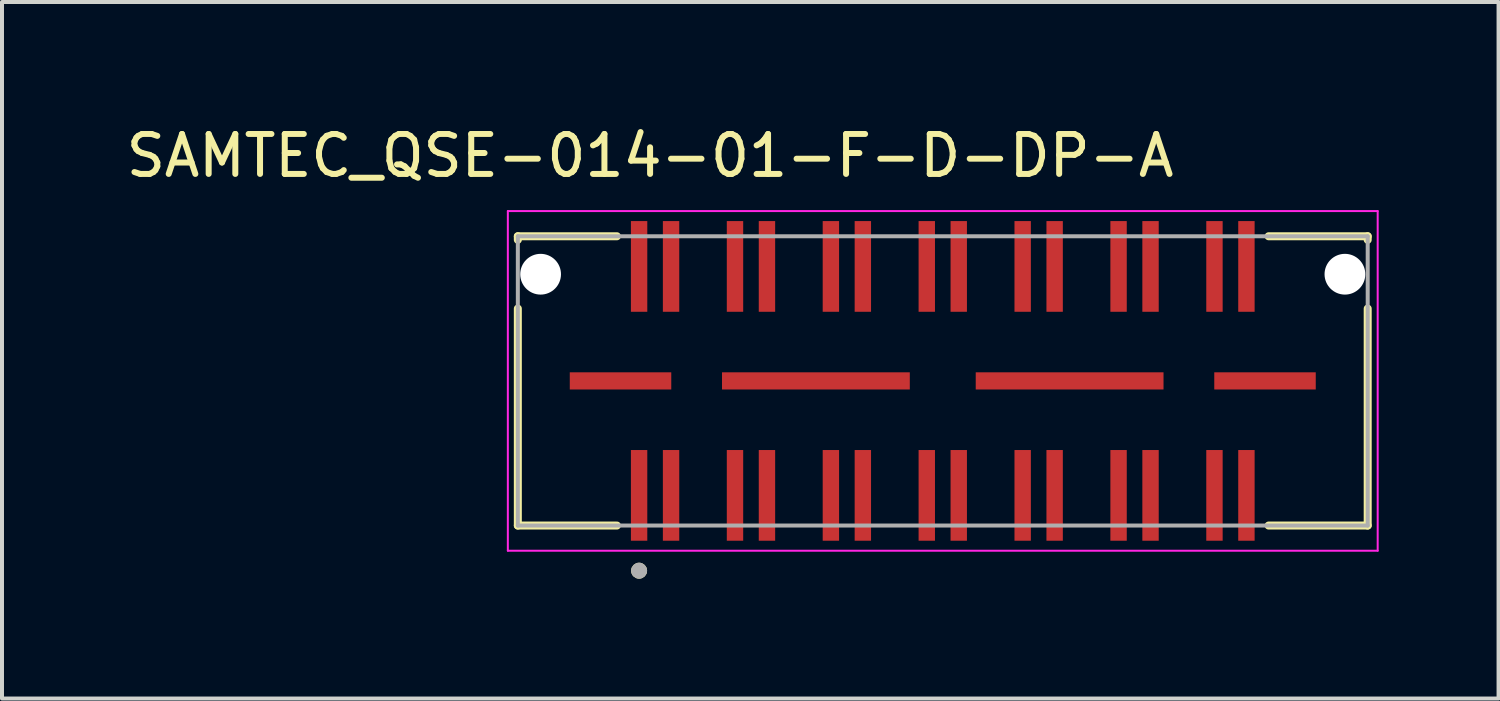
<source format=kicad_pcb>
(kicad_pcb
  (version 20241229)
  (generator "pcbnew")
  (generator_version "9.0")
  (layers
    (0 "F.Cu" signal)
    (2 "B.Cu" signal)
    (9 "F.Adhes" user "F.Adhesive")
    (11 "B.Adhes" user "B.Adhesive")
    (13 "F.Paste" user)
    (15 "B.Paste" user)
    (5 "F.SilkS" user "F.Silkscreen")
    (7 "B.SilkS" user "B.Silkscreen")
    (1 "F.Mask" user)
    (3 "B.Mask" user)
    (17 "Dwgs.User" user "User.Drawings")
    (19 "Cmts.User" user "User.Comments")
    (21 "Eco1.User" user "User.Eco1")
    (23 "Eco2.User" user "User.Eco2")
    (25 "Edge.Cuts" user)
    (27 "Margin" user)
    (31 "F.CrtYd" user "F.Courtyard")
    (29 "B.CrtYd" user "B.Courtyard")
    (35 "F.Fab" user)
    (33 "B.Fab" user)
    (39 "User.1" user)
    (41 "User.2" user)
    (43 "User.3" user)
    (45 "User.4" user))
  (footprint "SAMTEC_QSE-014-01-F-D-DP-A"
    (layer "F.Cu")
    (at 20.545 6.483)
    (property "Reference" "SAMTEC_QSE-014-01-F-D-DP-A" (at -7.325 -5.635 0) (layer "F.SilkS") (effects (font (size 1 1) (thickness 0.15))))
    (attr smd)
    (fp_line (start -10.635 -3.62) (end -8.155 -3.62) (stroke (width 0.2) (type solid)) (layer "F.SilkS"))
    (fp_line (start -10.635 -3.53) (end -10.635 -3.62) (stroke (width 0.2) (type solid)) (layer "F.SilkS"))
    (fp_line (start -10.635 3.62) (end -10.635 -1.81) (stroke (width 0.2) (type solid)) (layer "F.SilkS"))
    (fp_line (start -8.155 3.62) (end -10.635 3.62) (stroke (width 0.2) (type solid)) (layer "F.SilkS"))
    (fp_line (start 8.155 -3.62) (end 10.635 -3.62) (stroke (width 0.2) (type solid)) (layer "F.SilkS"))
    (fp_line (start 10.635 -3.62) (end 10.635 -3.53) (stroke (width 0.2) (type solid)) (layer "F.SilkS"))
    (fp_line (start 10.635 3.62) (end 8.155 3.62) (stroke (width 0.2) (type solid)) (layer "F.SilkS"))
    (fp_line (start 10.635 3.62) (end 10.635 -1.81) (stroke (width 0.2) (type solid)) (layer "F.SilkS"))
    (fp_circle (center -7.6 4.75) (end -7.5 4.75) (stroke (width 0.2) (type solid)) (fill no) (layer "F.SilkS"))
    (fp_line (start -10.885 -4.25) (end -10.885 4.25) (stroke (width 0.05) (type solid)) (layer "F.CrtYd"))
    (fp_line (start -10.885 4.25) (end 10.885 4.25) (stroke (width 0.05) (type solid)) (layer "F.CrtYd"))
    (fp_line (start 10.885 -4.25) (end -10.885 -4.25) (stroke (width 0.05) (type solid)) (layer "F.CrtYd"))
    (fp_line (start 10.885 4.25) (end 10.885 -4.25) (stroke (width 0.05) (type solid)) (layer "F.CrtYd"))
    (fp_line (start -10.635 -3.62) (end 10.635 -3.62) (stroke (width 0.1) (type solid)) (layer "F.Fab"))
    (fp_line (start -10.635 3.62) (end -10.635 -3.62) (stroke (width 0.1) (type solid)) (layer "F.Fab"))
    (fp_line (start 10.635 -3.62) (end 10.635 3.62) (stroke (width 0.1) (type solid)) (layer "F.Fab"))
    (fp_line (start 10.635 3.62) (end -10.635 3.62) (stroke (width 0.1) (type solid)) (layer "F.Fab"))
    (fp_circle (center -7.6 4.75) (end -7.5 4.75) (stroke (width 0.2) (type solid)) (fill no) (layer "F.Fab"))
    (pad "" np_thru_hole circle (at -10.065 -2.67) (size 1.02 1.02) (drill 1.02) (layers "*.Cu" "*.Mask"))
    (pad "" np_thru_hole circle (at 10.065 -2.67) (size 1.02 1.02) (drill 1.02) (layers "*.Cu" "*.Mask"))
    (pad "01" smd rect (at -7.6 2.865) (size 0.41 2.27) (layers "F.Cu" "F.Mask" "F.Paste"))
    (pad "02" smd rect (at -7.6 -2.865) (size 0.41 2.27) (layers "F.Cu" "F.Mask" "F.Paste"))
    (pad "03" smd rect (at -6.8 2.865) (size 0.41 2.27) (layers "F.Cu" "F.Mask" "F.Paste"))
    (pad "04" smd rect (at -6.8 -2.865) (size 0.41 2.27) (layers "F.Cu" "F.Mask" "F.Paste"))
    (pad "05" smd rect (at -5.2 2.865) (size 0.41 2.27) (layers "F.Cu" "F.Mask" "F.Paste"))
    (pad "06" smd rect (at -5.2 -2.865) (size 0.41 2.27) (layers "F.Cu" "F.Mask" "F.Paste"))
    (pad "07" smd rect (at -4.4 2.865) (size 0.41 2.27) (layers "F.Cu" "F.Mask" "F.Paste"))
    (pad "08" smd rect (at -4.4 -2.865) (size 0.41 2.27) (layers "F.Cu" "F.Mask" "F.Paste"))
    (pad "09" smd rect (at -2.8 2.865) (size 0.41 2.27) (layers "F.Cu" "F.Mask" "F.Paste"))
    (pad "10" smd rect (at -2.8 -2.865) (size 0.41 2.27) (layers "F.Cu" "F.Mask" "F.Paste"))
    (pad "11" smd rect (at -2 2.865) (size 0.41 2.27) (layers "F.Cu" "F.Mask" "F.Paste"))
    (pad "12" smd rect (at -2 -2.865) (size 0.41 2.27) (layers "F.Cu" "F.Mask" "F.Paste"))
    (pad "13" smd rect (at -0.4 2.865) (size 0.41 2.27) (layers "F.Cu" "F.Mask" "F.Paste"))
    (pad "14" smd rect (at -0.4 -2.865) (size 0.41 2.27) (layers "F.Cu" "F.Mask" "F.Paste"))
    (pad "15" smd rect (at 0.4 2.865) (size 0.41 2.27) (layers "F.Cu" "F.Mask" "F.Paste"))
    (pad "16" smd rect (at 0.4 -2.865) (size 0.41 2.27) (layers "F.Cu" "F.Mask" "F.Paste"))
    (pad "17" smd rect (at 2 2.865) (size 0.41 2.27) (layers "F.Cu" "F.Mask" "F.Paste"))
    (pad "18" smd rect (at 2 -2.865) (size 0.41 2.27) (layers "F.Cu" "F.Mask" "F.Paste"))
    (pad "19" smd rect (at 2.8 2.865) (size 0.41 2.27) (layers "F.Cu" "F.Mask" "F.Paste"))
    (pad "20" smd rect (at 2.8 -2.865) (size 0.41 2.27) (layers "F.Cu" "F.Mask" "F.Paste"))
    (pad "21" smd rect (at 4.4 2.865) (size 0.41 2.27) (layers "F.Cu" "F.Mask" "F.Paste"))
    (pad "22" smd rect (at 4.4 -2.865) (size 0.41 2.27) (layers "F.Cu" "F.Mask" "F.Paste"))
    (pad "23" smd rect (at 5.2 2.865) (size 0.41 2.27) (layers "F.Cu" "F.Mask" "F.Paste"))
    (pad "24" smd rect (at 5.2 -2.865) (size 0.41 2.27) (layers "F.Cu" "F.Mask" "F.Paste"))
    (pad "25" smd rect (at 6.8 2.865) (size 0.41 2.27) (layers "F.Cu" "F.Mask" "F.Paste"))
    (pad "26" smd rect (at 6.8 -2.865) (size 0.41 2.27) (layers "F.Cu" "F.Mask" "F.Paste"))
    (pad "27" smd rect (at 7.6 2.865) (size 0.41 2.27) (layers "F.Cu" "F.Mask" "F.Paste"))
    (pad "28" smd rect (at 7.6 -2.865) (size 0.41 2.27) (layers "F.Cu" "F.Mask" "F.Paste"))
    (pad "G1" smd rect (at -8.065 0) (size 2.54 0.43) (layers "F.Cu" "F.Mask" "F.Paste"))
    (pad "G2" smd rect (at -3.175 0) (size 4.7 0.43) (layers "F.Cu" "F.Mask" "F.Paste"))
    (pad "G3" smd rect (at 3.175 0) (size 4.7 0.43) (layers "F.Cu" "F.Mask" "F.Paste"))
    (pad "G4" smd rect (at 8.065 0) (size 2.54 0.43) (layers "F.Cu" "F.Mask" "F.Paste")))
  (gr_rect
    (start -3 -3)
    (end 34.455 14.433)
    (stroke (width 0.1) (type default))
    (fill no)
    (layer "Edge.Cuts")))
</source>
